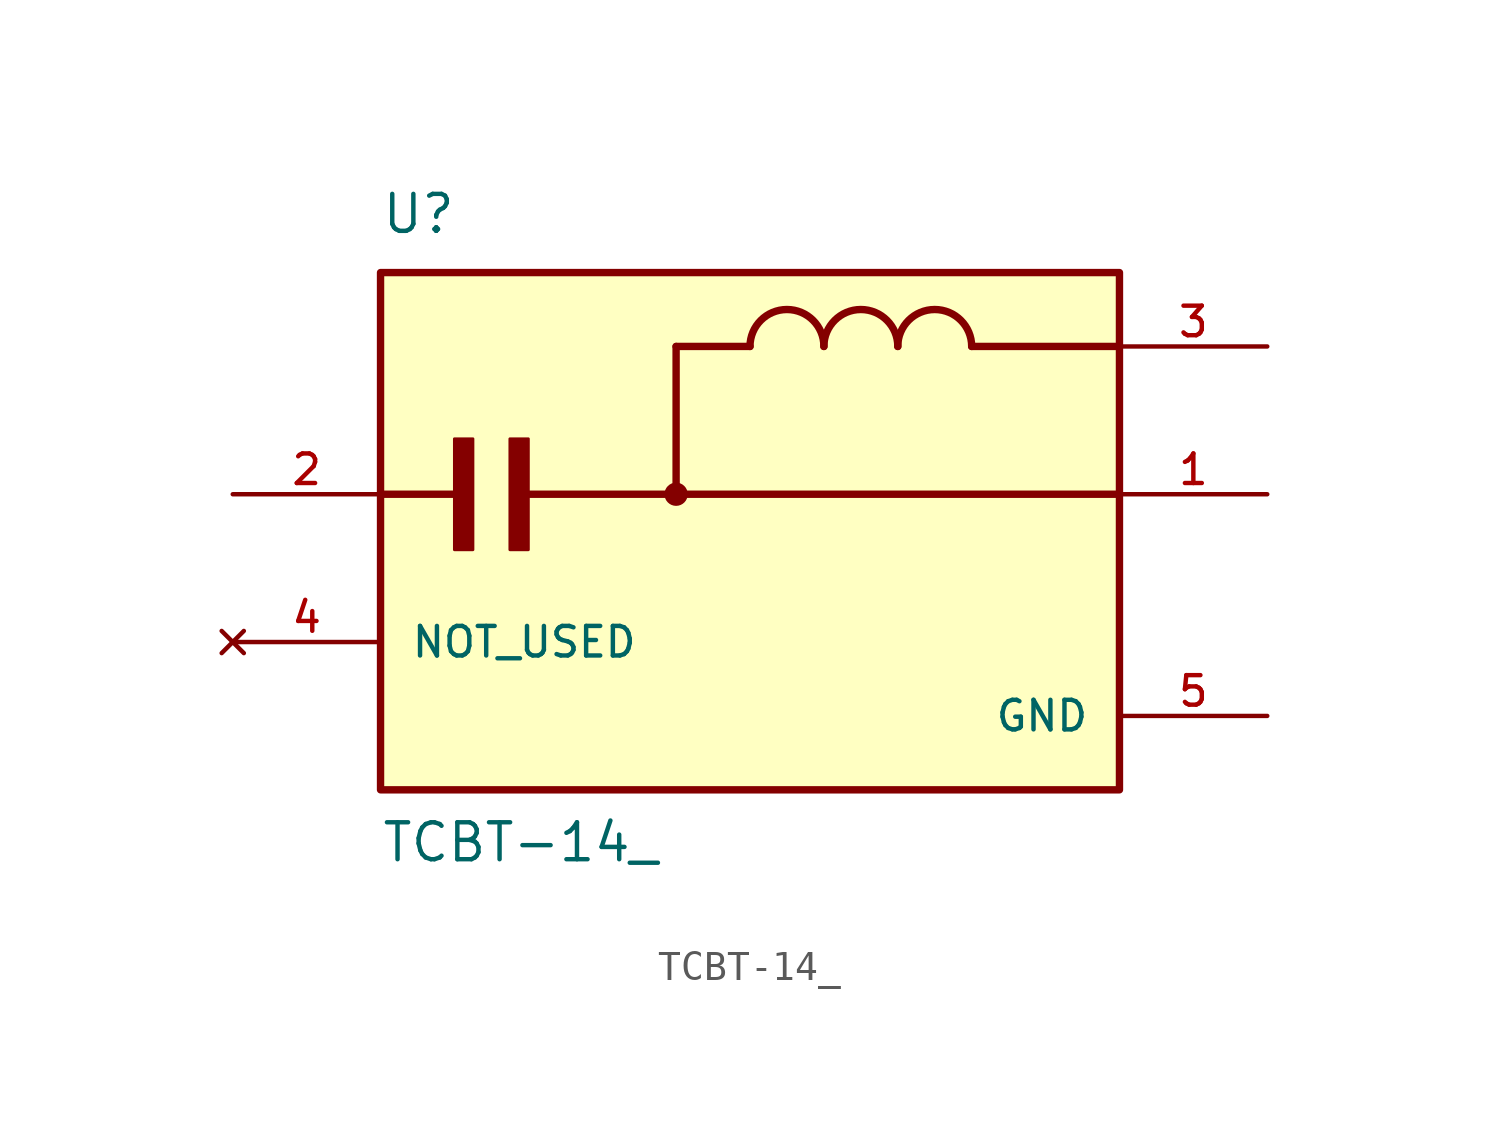
<source format=kicad_sym>
(kicad_symbol_lib
  (version 20211014)
  (generator kicad_symbol_editor)
  (symbol "TCBT-14_"
    (pin_names
      (offset 1.016))
    (property "Reference" "U"
      (at -12.7 8.891 0)
      (effects (font (size 1.27 1.27)) (justify bottom left)))
    (property "Value" "TCBT-14_"
      (at -12.7 -12.709 0)
      (effects (font (size 1.27 1.27)) (justify bottom left)))
    (symbol "TCBT-14__0_0"
      (rectangle (start -10.16 -1.907) (end -9.525 1.905) (stroke (width 0.1)) (fill (type outline)))
      (rectangle (start -8.253 -1.907) (end -7.62 1.905) (stroke (width 0.1)) (fill (type outline)))
      (polyline (pts (xy 0.0 5.08) (xy -2.54 5.08)) (stroke (width 0.254)))
      (arc (start 2.54 5.08) (mid 1.27 6.35) (end 0.0 5.08) (stroke (width 0.254) (type default) (color 0 0 0 0)) (fill (type none)))
      (arc (start 5.08 5.08) (mid 3.81 6.35) (end 2.54 5.08) (stroke (width 0.254) (type default) (color 0 0 0 0)) (fill (type none)))
      (polyline (pts (xy -2.54 5.08) (xy -2.54 0.0)) (stroke (width 0.254)))
      (polyline (pts (xy -2.54 0.0) (xy -7.62 0.0)) (stroke (width 0.254)))
      (polyline (pts (xy -2.54 0.0) (xy 12.7 0.0)) (stroke (width 0.254)))
      (circle (center -2.54 0.0) (radius 0.2) (stroke (width 0.4)) (fill (type none)))
      (arc (start 7.62 5.08) (mid 6.35 6.35) (end 5.08 5.08) (stroke (width 0.254) (type default) (color 0 0 0 0)) (fill (type none)))
      (polyline (pts (xy -10.16 0.0) (xy -12.7 0.0)) (stroke (width 0.254)))
      (polyline (pts (xy 7.62 5.08) (xy 12.7 5.08)) (stroke (width 0.254)))
      (rectangle (start -12.7 -10.16) (end 12.7 7.62) (stroke (width 0.254)) (fill (type background)))
      (pin passive line (at -17.78 0.0 0) (length 5.08) (name "~" (effects (font (size 1.016 1.016)))) (number "2" (effects (font (size 1.016 1.016)))))
      (pin passive line (at 17.78 0.0 180.0) (length 5.08) (name "~" (effects (font (size 1.016 1.016)))) (number "1" (effects (font (size 1.016 1.016)))))
      (pin passive line (at 17.78 5.08 180.0) (length 5.08) (name "~" (effects (font (size 1.016 1.016)))) (number "3" (effects (font (size 1.016 1.016)))))
      (pin no_connect line (at -17.78 -5.08 0) (length 5.08) (name "NOT_USED" (effects (font (size 1.016 1.016)))) (number "4" (effects (font (size 1.016 1.016)))))
      (pin power_in line (at 17.78 -7.62 180.0) (length 5.08) (name "GND" (effects (font (size 1.016 1.016)))) (number "5" (effects (font (size 1.016 1.016))))))))
</source>
